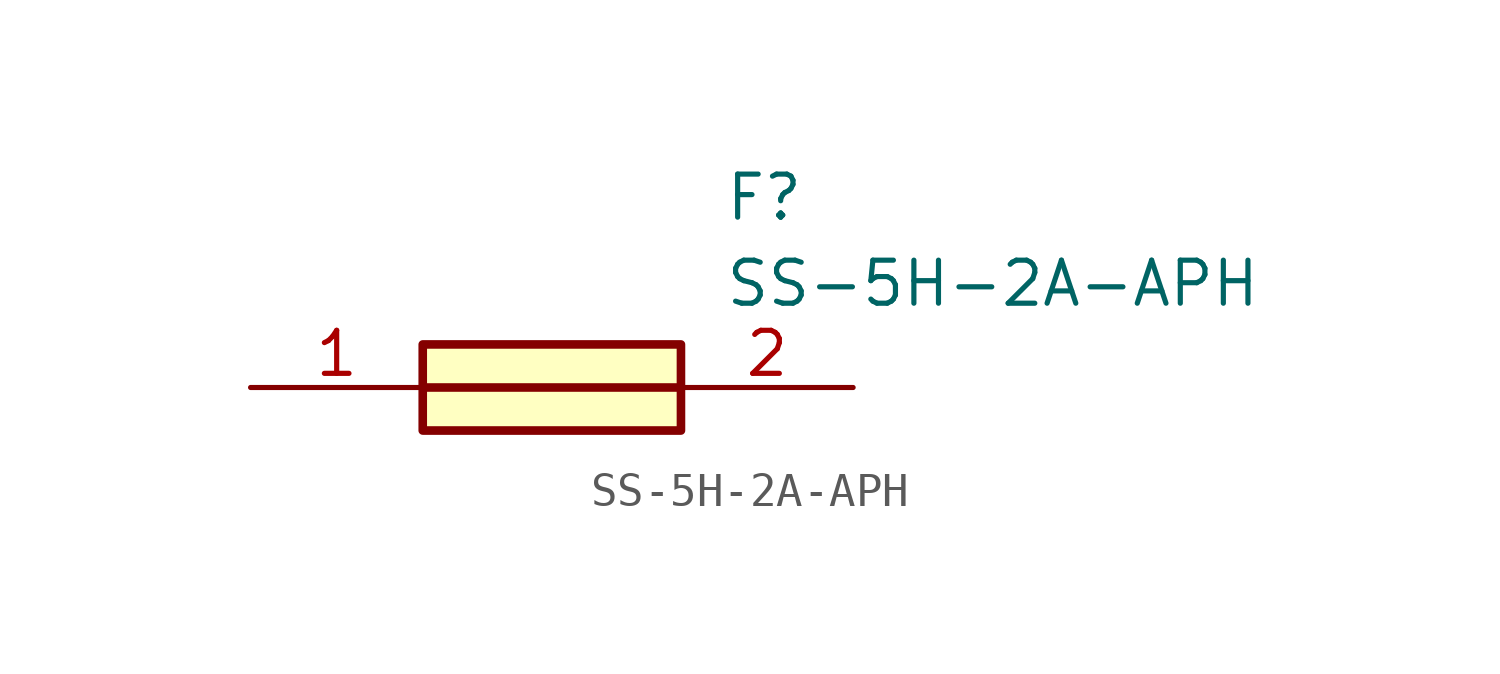
<source format=kicad_sym>
(kicad_symbol_lib
  (version 20211014)
  (generator SamacSys_ECAD_Model)
  (symbol "SS-5H-2A-APH"
    (pin_names hide)
    (property "Reference" "F"
      (at 13.97 6.35 0)
      (effects (font (size 1.27 1.27)) (justify left top)))
    (property "Value" "SS-5H-2A-APH"
      (at 13.97 3.81 0)
      (effects (font (size 1.27 1.27)) (justify left top)))
    (rectangle
      (start 5.08 1.27)
      (end 12.7 -1.27)
      (stroke (width 0.254) (type default))
      (fill (type background)))
    (polyline
      (pts (xy 5.08 0) (xy 12.7 0))
      (stroke (width 0.254) (type default))
      (fill (type none)))
    (pin passive line
      (at 0 0 0)
      (length 5.08)
      (name "1" (effects (font (size 1.27 1.27))))
      (number "1" (effects (font (size 1.27 1.27)))))
    (pin passive line
      (at 17.78 0 180)
      (length 5.08)
      (name "2" (effects (font (size 1.27 1.27))))
      (number "2" (effects (font (size 1.27 1.27)))))))
</source>
